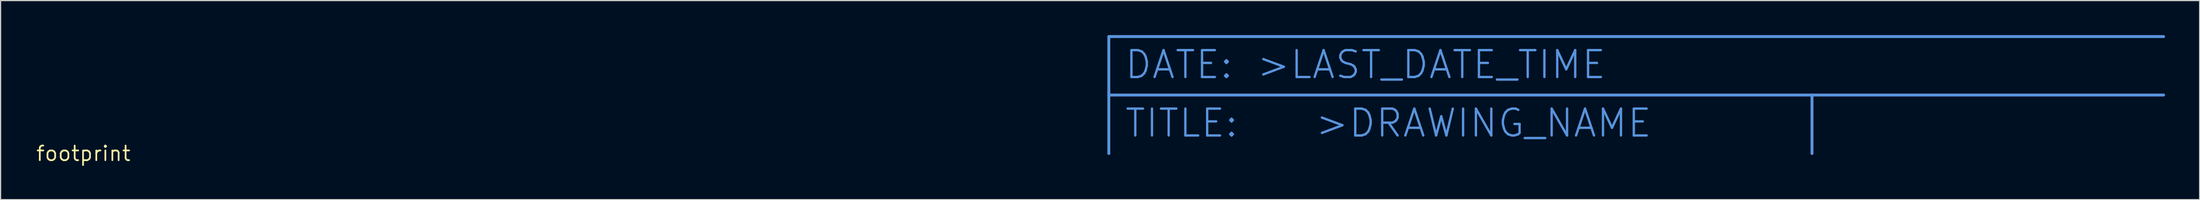
<source format=kicad_pcb>
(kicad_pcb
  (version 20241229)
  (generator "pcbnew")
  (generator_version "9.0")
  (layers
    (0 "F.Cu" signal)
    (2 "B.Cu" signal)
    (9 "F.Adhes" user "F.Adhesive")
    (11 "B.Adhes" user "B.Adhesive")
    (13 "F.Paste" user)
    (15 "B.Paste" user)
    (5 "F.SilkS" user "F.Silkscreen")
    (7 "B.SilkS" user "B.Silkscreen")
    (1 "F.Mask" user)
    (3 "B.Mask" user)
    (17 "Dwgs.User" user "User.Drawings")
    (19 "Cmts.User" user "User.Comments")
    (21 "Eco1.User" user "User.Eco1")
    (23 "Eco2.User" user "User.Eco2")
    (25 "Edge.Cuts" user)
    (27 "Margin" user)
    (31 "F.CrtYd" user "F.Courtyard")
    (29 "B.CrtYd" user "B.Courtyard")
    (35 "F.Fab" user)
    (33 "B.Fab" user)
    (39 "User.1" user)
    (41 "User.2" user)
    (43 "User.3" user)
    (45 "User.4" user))
  (footprint "footprint"
    (layer "F.Cu")
    (at 4.18 10.287)
    (property "Reference" "footprint" (at 0 0 0) (layer "F.SilkS") (effects (font (size 1.27 1.27) (thickness 0.15))))
    (fp_line (start 88.9 -10.16) (end 180.34 -10.16) (stroke (width 0.254) (type solid)) (layer "Cmts.User"))
    (fp_line (start 88.9 -5.08) (end 88.9 -10.16) (stroke (width 0.254) (type solid)) (layer "Cmts.User"))
    (fp_line (start 88.9 -5.08) (end 149.86 -5.08) (stroke (width 0.254) (type solid)) (layer "Cmts.User"))
    (fp_line (start 88.9 0) (end 88.9 -5.08) (stroke (width 0.254) (type solid)) (layer "Cmts.User"))
    (fp_line (start 149.86 -5.08) (end 149.86 0) (stroke (width 0.254) (type solid)) (layer "Cmts.User"))
    (fp_line (start 149.86 -5.08) (end 180.34 -5.08) (stroke (width 0.254) (type solid)) (layer "Cmts.User"))
    (fp_text user "TITLE:" (at 90.17 -1.27 0) (layer "Cmts.User") (effects (font (size 2.337 2.337) (thickness 0.203)) (justify left bottom)))
    (fp_text user ">LAST_DATE_TIME" (at 101.6 -6.35 0) (layer "Cmts.User") (effects (font (size 2.337 2.337) (thickness 0.203)) (justify left bottom)))
    (fp_text user ">DRAWING_NAME" (at 106.68 -1.27 0) (layer "Cmts.User") (effects (font (size 2.337 2.337) (thickness 0.203)) (justify left bottom)))
    (fp_text user "DATE:" (at 90.17 -6.35 0) (layer "Cmts.User") (effects (font (size 2.337 2.337) (thickness 0.203)) (justify left bottom))))
  (gr_rect
    (start -3 -3)
    (end 187.647 14.293)
    (stroke (width 0.1) (type default))
    (fill no)
    (layer "Edge.Cuts")))
</source>
